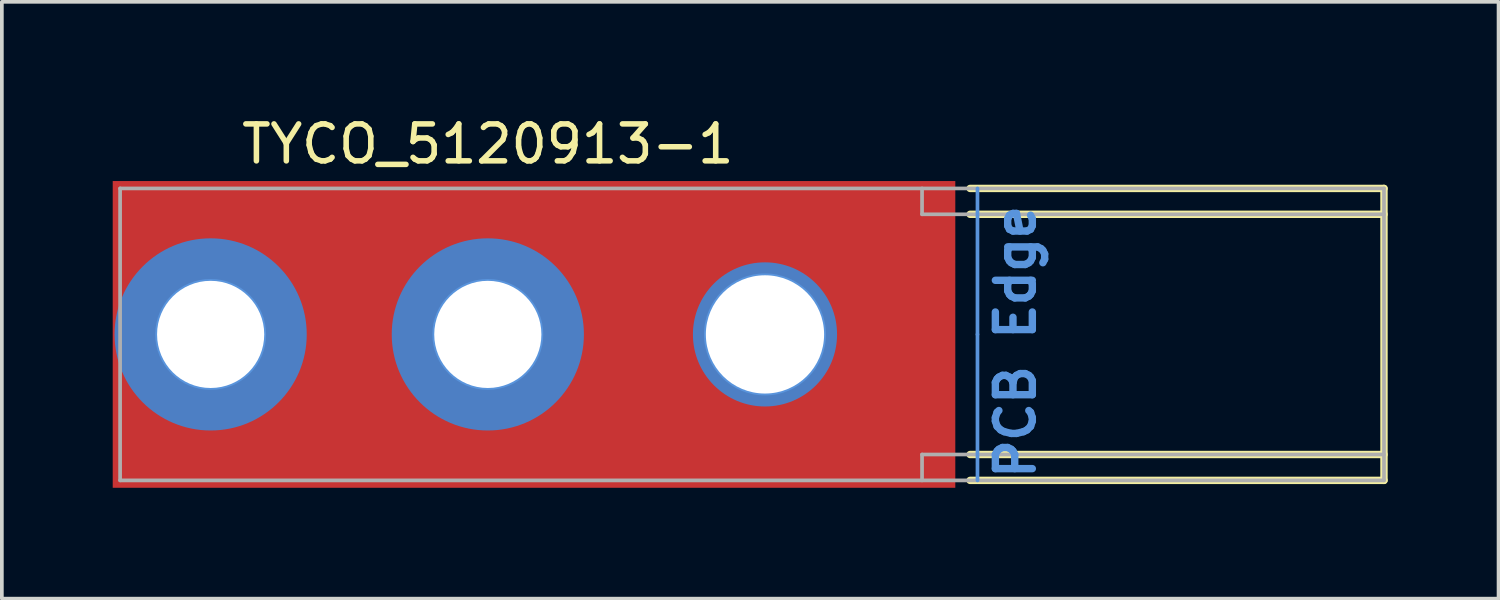
<source format=kicad_pcb>
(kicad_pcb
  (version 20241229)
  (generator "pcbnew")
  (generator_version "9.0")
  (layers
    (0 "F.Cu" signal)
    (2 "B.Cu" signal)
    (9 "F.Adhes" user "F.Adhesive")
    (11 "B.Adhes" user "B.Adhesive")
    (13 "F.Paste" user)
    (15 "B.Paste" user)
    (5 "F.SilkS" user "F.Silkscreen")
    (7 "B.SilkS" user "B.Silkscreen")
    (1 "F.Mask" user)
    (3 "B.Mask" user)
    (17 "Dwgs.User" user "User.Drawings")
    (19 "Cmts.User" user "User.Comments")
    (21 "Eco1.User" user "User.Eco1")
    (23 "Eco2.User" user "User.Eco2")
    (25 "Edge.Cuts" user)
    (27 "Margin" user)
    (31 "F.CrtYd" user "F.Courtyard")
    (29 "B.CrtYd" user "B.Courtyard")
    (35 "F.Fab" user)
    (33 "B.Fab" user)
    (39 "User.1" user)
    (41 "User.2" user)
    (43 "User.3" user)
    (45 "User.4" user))
  (footprint "TYCO_5120913-1"
    (layer "F.Cu")
    (at 10.15 5.999)
    (property "Reference" "TYCO_5120913-1" (at 0 -5.151 0) (layer "F.SilkS") (effects (font (size 1 1) (thickness 0.15))))
    (attr through_hole)
    (fp_line (start 13.05 -3.95) (end 24.25 -3.95) (stroke (width 0.2) (type solid)) (layer "F.SilkS"))
    (fp_line (start 13.05 -3.25) (end 24.25 -3.25) (stroke (width 0.2) (type solid)) (layer "F.SilkS"))
    (fp_line (start 13.05 3.25) (end 24.25 3.25) (stroke (width 0.2) (type solid)) (layer "F.SilkS"))
    (fp_line (start 13.05 3.95) (end 24.25 3.95) (stroke (width 0.2) (type solid)) (layer "F.SilkS"))
    (fp_line (start 24.25 3.95) (end 24.25 -3.95) (stroke (width 0.2) (type solid)) (layer "F.SilkS"))
    (fp_line (start -8 0) (end -7.5 0) (stroke (width 0.1) (type solid)) (layer "Cmts.User"))
    (fp_line (start -7.5 0) (end -7.5 -0.5) (stroke (width 0.1) (type solid)) (layer "Cmts.User"))
    (fp_line (start -7.5 0) (end -7 0) (stroke (width 0.1) (type solid)) (layer "Cmts.User"))
    (fp_line (start -7.5 0.5) (end -7.5 0) (stroke (width 0.1) (type solid)) (layer "Cmts.User"))
    (fp_line (start -0.5 0) (end 0 0) (stroke (width 0.1) (type solid)) (layer "Cmts.User"))
    (fp_line (start 0 0) (end 0 -0.5) (stroke (width 0.1) (type solid)) (layer "Cmts.User"))
    (fp_line (start 0 0) (end 0.5 0) (stroke (width 0.1) (type solid)) (layer "Cmts.User"))
    (fp_line (start 0 0.5) (end 0 0) (stroke (width 0.1) (type solid)) (layer "Cmts.User"))
    (fp_line (start 7 0) (end 7.5 0) (stroke (width 0.1) (type solid)) (layer "Cmts.User"))
    (fp_line (start 7.5 0) (end 7.5 -0.5) (stroke (width 0.1) (type solid)) (layer "Cmts.User"))
    (fp_line (start 7.5 0) (end 8 0) (stroke (width 0.1) (type solid)) (layer "Cmts.User"))
    (fp_line (start 7.5 0.5) (end 7.5 0) (stroke (width 0.1) (type solid)) (layer "Cmts.User"))
    (fp_line (start 13.25 0) (end 13.25 -3.95) (stroke (width 0.1) (type solid)) (layer "Cmts.User"))
    (fp_line (start 13.25 3.95) (end 13.25 0) (stroke (width 0.1) (type solid)) (layer "Cmts.User"))
    (fp_circle (center -7.5 0) (end -6.05 0) (stroke (width 0.1) (type solid)) (fill no) (layer "Cmts.User"))
    (fp_circle (center 0 0) (end 1.45 0) (stroke (width 0.1) (type solid)) (fill no) (layer "Cmts.User"))
    (fp_circle (center 7.5 0) (end 9.1 0) (stroke (width 0.1) (type solid)) (fill no) (layer "Cmts.User"))
    (fp_line (start -9.95 -3.95) (end 24.25 -3.95) (stroke (width 0.1) (type solid)) (layer "F.Fab"))
    (fp_line (start -9.95 3.95) (end -9.95 -3.95) (stroke (width 0.1) (type solid)) (layer "F.Fab"))
    (fp_line (start -9.95 3.95) (end 24.25 3.95) (stroke (width 0.1) (type solid)) (layer "F.Fab"))
    (fp_line (start 11.75 -3.25) (end 11.75 -3.95) (stroke (width 0.1) (type solid)) (layer "F.Fab"))
    (fp_line (start 11.75 -3.25) (end 24.25 -3.25) (stroke (width 0.1) (type solid)) (layer "F.Fab"))
    (fp_line (start 11.75 3.25) (end 24.25 3.25) (stroke (width 0.1) (type solid)) (layer "F.Fab"))
    (fp_line (start 11.75 3.95) (end 11.75 3.25) (stroke (width 0.1) (type solid)) (layer "F.Fab"))
    (fp_line (start 24.25 3.95) (end 24.25 -3.95) (stroke (width 0.1) (type solid)) (layer "F.Fab"))
    (fp_text user "PCB Edge" (at 14.282 0.203 90) (layer "Cmts.User") (effects (font (size 1 1) (thickness 0.2))))
    (pad "1" thru_hole circle (at -7.5 0 270) (size 5.2 5.2) (drill 2.9) (layers "*.Cu" "*.Mask"))
    (pad "1" thru_hole circle (at 0 0 270) (size 5.2 5.2) (drill 2.9) (layers "*.Cu" "*.Mask"))
    (pad "1" smd rect (at 1.25 0) (size 22.8 8.3) (layers "F.Cu" "F.Mask" "F.Paste"))
    (pad "1" thru_hole circle (at 7.5 0 270) (size 3.9 3.9) (drill 3.2) (layers "*.Cu" "*.Mask")))
  (gr_rect
    (start -3 -3)
    (end 37.5 13.149)
    (stroke (width 0.1) (type default))
    (fill no)
    (layer "Edge.Cuts")))
</source>
